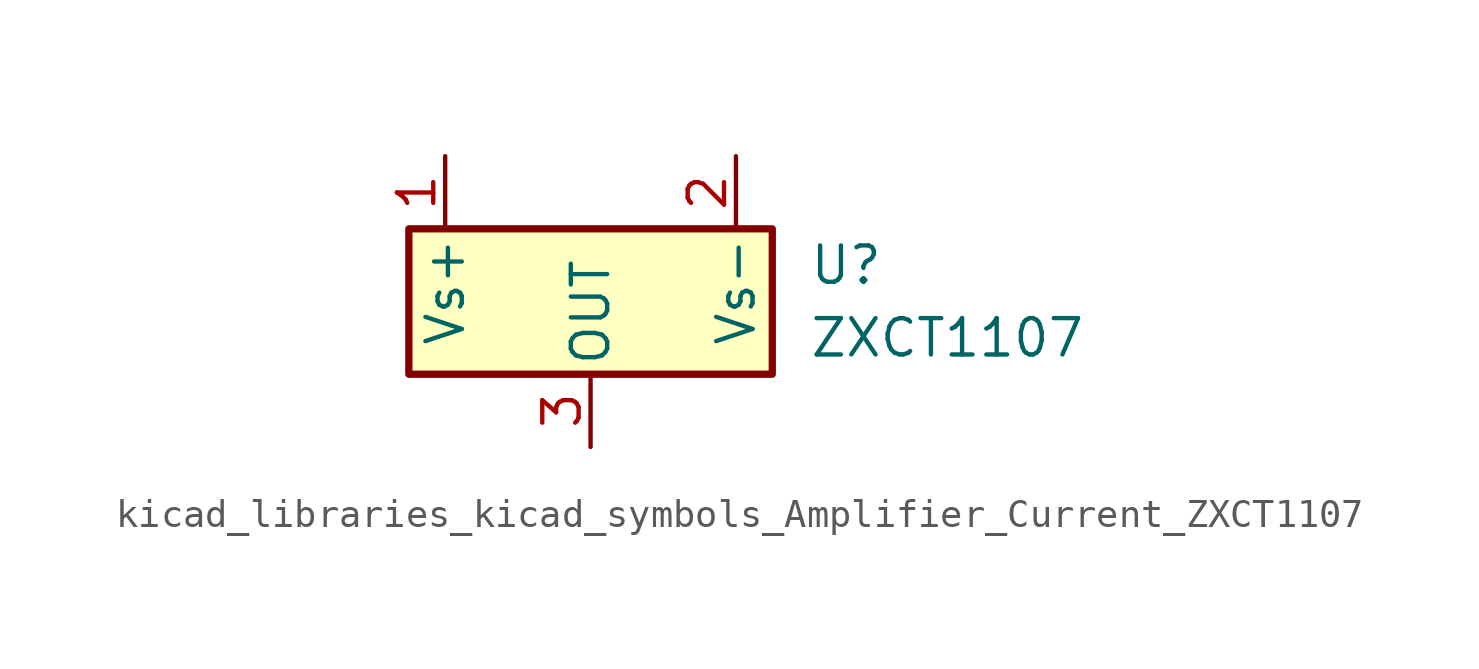
<source format=kicad_sym>
(kicad_symbol_lib
  (version 20220914)
  (generator kicad_symbol_editor)
  (symbol "kicad_libraries_kicad_symbols_Amplifier_Current_ZXCT1107"
    (pin_names
      (offset 0.254))
    (property "Reference" "U"
      (at 7.62 1.27 0)
      (effects (font (size 1.27 1.27)) (justify left)))
    (property "Value" "ZXCT1107"
      (at 7.62 -1.27 0)
      (effects (font (size 1.27 1.27)) (justify left)))
    (symbol "kicad_libraries_kicad_symbols_Amplifier_Current_ZXCT1107_0_1"
      (rectangle (start -6.35 2.54) (end 6.35 -2.54) (stroke (width 0.254) (type default)) (fill (type background))))
    (symbol "kicad_libraries_kicad_symbols_Amplifier_Current_ZXCT1107_1_1"
      (pin input line (at -5.08 5.08 270) (length 2.54) (name "Vs+" (effects (font (size 1.27 1.27)))) (number "1" (effects (font (size 1.27 1.27)))))
      (pin input line (at 5.08 5.08 270) (length 2.54) (name "Vs-" (effects (font (size 1.27 1.27)))) (number "2" (effects (font (size 1.27 1.27)))))
      (pin output line (at 0 -5.08 90) (length 2.54) (name "OUT" (effects (font (size 1.27 1.27)))) (number "3" (effects (font (size 1.27 1.27))))))))
</source>
